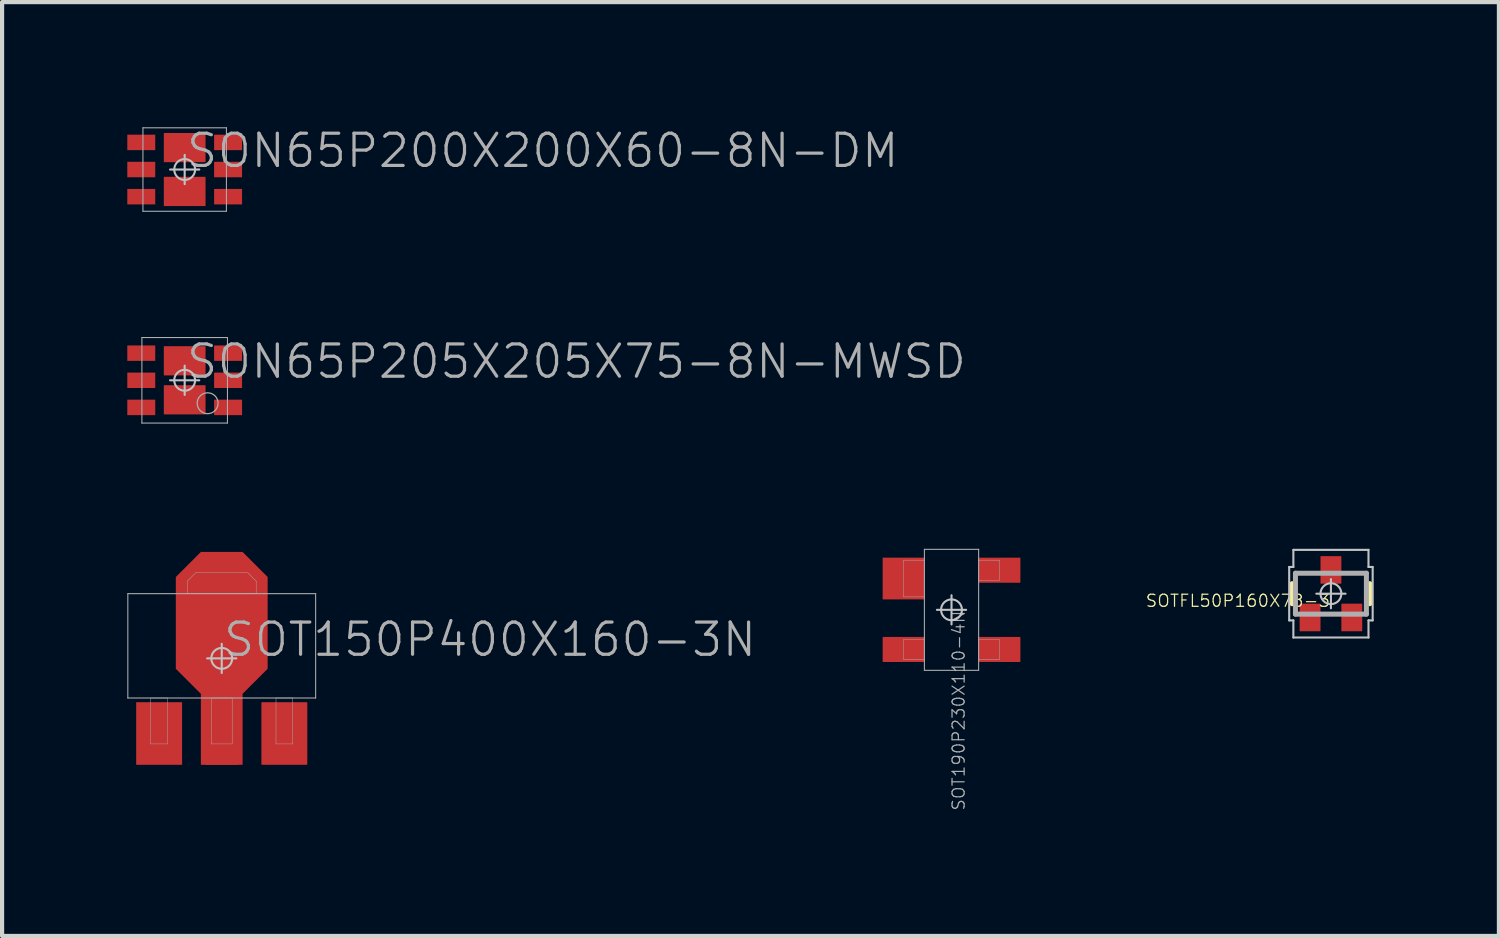
<source format=kicad_pcb>
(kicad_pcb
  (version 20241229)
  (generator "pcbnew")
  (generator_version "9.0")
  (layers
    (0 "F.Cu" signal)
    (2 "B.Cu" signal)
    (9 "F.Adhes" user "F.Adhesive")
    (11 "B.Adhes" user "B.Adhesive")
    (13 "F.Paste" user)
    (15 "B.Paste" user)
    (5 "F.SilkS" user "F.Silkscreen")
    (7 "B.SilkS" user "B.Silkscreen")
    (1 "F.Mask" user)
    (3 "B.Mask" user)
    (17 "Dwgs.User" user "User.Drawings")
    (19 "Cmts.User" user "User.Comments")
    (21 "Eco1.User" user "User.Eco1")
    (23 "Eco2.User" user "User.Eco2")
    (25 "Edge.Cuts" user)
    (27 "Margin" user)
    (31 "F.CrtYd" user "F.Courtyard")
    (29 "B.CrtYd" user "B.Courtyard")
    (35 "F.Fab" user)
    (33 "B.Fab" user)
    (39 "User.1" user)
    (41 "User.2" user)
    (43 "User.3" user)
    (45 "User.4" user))
  (footprint "SOT150P400X160-3N"
    (layer "F.Cu")
    (at 2.263 12.725)
    (property "Reference" "SOT150P400X160-3N" (at 0 0 0) (layer "F.Fab") (effects (font (size 0.772 0.772) (thickness 0.077)) (justify left bottom)))
    (attr through_hole)
    (fp_poly (pts (xy -0.5 2.55) (xy 0.5 2.55) (xy 0.5 0.85) (xy 1.1 0.25) (xy 1.1 -1.95) (xy 0.5 -2.55) (xy -0.5 -2.55) (xy -1.1 -1.95) (xy -1.1 0.25) (xy -0.5 0.85)) (stroke (width 0) (type solid)) (fill yes) (layer "F.Cu"))
    (fp_poly (pts (xy -0.875 2.625) (xy -0.875 0.975) (xy -2.125 0.975) (xy -2.125 2.625)) (stroke (width 0) (type solid)) (fill yes) (layer "F.Mask"))
    (fp_poly (pts (xy 2.125 2.625) (xy 2.125 0.975) (xy 0.875 0.975) (xy 0.875 2.625)) (stroke (width 0) (type solid)) (fill yes) (layer "F.Mask"))
    (fp_poly (pts (xy 1.175 0.281) (xy 0.575 0.881) (xy 0.575 2.625) (xy -0.575 2.625) (xy -0.575 0.881) (xy -1.175 0.281) (xy -1.175 -1.981) (xy -0.531 -2.625) (xy 0.531 -2.625) (xy 1.175 -1.981)) (stroke (width 0) (type solid)) (fill yes) (layer "F.Mask"))
    (fp_poly (pts (xy -0.95 2.55) (xy -0.95 1.05) (xy -2.05 1.05) (xy -2.05 2.55)) (stroke (width 0) (type solid)) (fill yes) (layer "F.Paste"))
    (fp_poly (pts (xy 2.05 2.55) (xy 2.05 1.05) (xy 0.95 1.05) (xy 0.95 2.55)) (stroke (width 0) (type solid)) (fill yes) (layer "F.Paste"))
    (fp_poly (pts (xy 1.1 0.25) (xy 0.5 0.85) (xy 0.5 2.55) (xy -0.5 2.55) (xy -0.5 0.85) (xy -1.1 0.25) (xy -1.1 -1.95) (xy -0.5 -2.55) (xy 0.5 -2.55) (xy 1.1 -1.95)) (stroke (width 0) (type solid)) (fill yes) (layer "F.Paste"))
    (fp_line (start -0.35 0) (end 0.35 0) (stroke (width 0.05) (type solid)) (layer "Dwgs.User"))
    (fp_line (start 0 0.35) (end 0 -0.35) (stroke (width 0.05) (type solid)) (layer "Dwgs.User"))
    (fp_circle (center 0 0) (end 0.25 0) (stroke (width 0.05) (type solid)) (fill no) (layer "Dwgs.User"))
    (fp_line (start -2.25 -1.55) (end -2.25 0.95) (stroke (width 0.025) (type solid)) (layer "F.Fab"))
    (fp_line (start -2.25 0.95) (end 2.25 0.95) (stroke (width 0.025) (type solid)) (layer "F.Fab"))
    (fp_line (start -1.7 0.95) (end -1.7 2.05) (stroke (width 0.01) (type solid)) (layer "F.Fab"))
    (fp_line (start -1.7 2.05) (end -1.3 2.05) (stroke (width 0.01) (type solid)) (layer "F.Fab"))
    (fp_line (start -1.3 0.95) (end -1.7 0.95) (stroke (width 0.01) (type solid)) (layer "F.Fab"))
    (fp_line (start -1.3 2.05) (end -1.3 0.95) (stroke (width 0.01) (type solid)) (layer "F.Fab"))
    (fp_line (start -0.825 -1.85) (end -0.625 -2.05) (stroke (width 0.01) (type solid)) (layer "F.Fab"))
    (fp_line (start -0.825 -1.55) (end -0.825 -1.85) (stroke (width 0.01) (type solid)) (layer "F.Fab"))
    (fp_line (start -0.625 -2.05) (end 0.625 -2.05) (stroke (width 0.01) (type solid)) (layer "F.Fab"))
    (fp_line (start -0.25 0.95) (end -0.25 2.05) (stroke (width 0.01) (type solid)) (layer "F.Fab"))
    (fp_line (start -0.25 2.05) (end 0.25 2.05) (stroke (width 0.01) (type solid)) (layer "F.Fab"))
    (fp_line (start 0.25 0.95) (end -0.25 0.95) (stroke (width 0.01) (type solid)) (layer "F.Fab"))
    (fp_line (start 0.25 2.05) (end 0.25 0.95) (stroke (width 0.01) (type solid)) (layer "F.Fab"))
    (fp_line (start 0.625 -2.05) (end 0.825 -1.85) (stroke (width 0.01) (type solid)) (layer "F.Fab"))
    (fp_line (start 0.825 -1.85) (end 0.825 -1.55) (stroke (width 0.01) (type solid)) (layer "F.Fab"))
    (fp_line (start 0.825 -1.55) (end -0.825 -1.55) (stroke (width 0.01) (type solid)) (layer "F.Fab"))
    (fp_line (start 1.3 0.95) (end 1.3 2.05) (stroke (width 0.01) (type solid)) (layer "F.Fab"))
    (fp_line (start 1.3 2.05) (end 1.7 2.05) (stroke (width 0.01) (type solid)) (layer "F.Fab"))
    (fp_line (start 1.7 0.95) (end 1.3 0.95) (stroke (width 0.01) (type solid)) (layer "F.Fab"))
    (fp_line (start 1.7 2.05) (end 1.7 0.95) (stroke (width 0.01) (type solid)) (layer "F.Fab"))
    (fp_line (start 2.25 -1.55) (end -2.25 -1.55) (stroke (width 0.025) (type solid)) (layer "F.Fab"))
    (fp_line (start 2.25 0.95) (end 2.25 -1.55) (stroke (width 0.025) (type solid)) (layer "F.Fab"))
    (pad "1" smd rect (at -1.5 1.8) (size 1.1 1.5) (layers "F.Cu" "F.Mask"))
    (pad "2" smd roundrect (at 0 1.8) (size 0.8 1.5) (layers "F.Cu" "F.Mask") (roundrect_rratio 0.015))
    (pad "3" smd roundrect (at 1.5 1.8) (size 1.1 1.5) (layers "F.Cu" "F.Mask") (roundrect_rratio 0.015)))
  (footprint "SOT190P230X110-4N"
    (layer "F.Cu")
    (at 19.749 11.562)
    (property "Reference" "SOT190P230X110-4N" (at 0 0 270) (layer "F.Fab") (effects (font (size 0.29 0.29) (thickness 0.029)) (justify right top)))
    (attr through_hole)
    (fp_line (start -0.35 0) (end 0.35 0) (stroke (width 0.05) (type solid)) (layer "Dwgs.User"))
    (fp_line (start 0 0.35) (end 0 -0.35) (stroke (width 0.05) (type solid)) (layer "Dwgs.User"))
    (fp_circle (center 0 0) (end 0.25 0) (stroke (width 0.05) (type solid)) (fill no) (layer "Dwgs.User"))
    (fp_line (start -1.15 -1.19) (end -1.15 -0.31) (stroke (width 0.01) (type solid)) (layer "F.Fab"))
    (fp_line (start -1.15 -0.31) (end -0.65 -0.31) (stroke (width 0.01) (type solid)) (layer "F.Fab"))
    (fp_line (start -1.15 0.71) (end -1.15 1.19) (stroke (width 0.01) (type solid)) (layer "F.Fab"))
    (fp_line (start -1.15 1.19) (end -0.65 1.19) (stroke (width 0.01) (type solid)) (layer "F.Fab"))
    (fp_line (start -0.65 -1.45) (end -0.65 1.45) (stroke (width 0.025) (type solid)) (layer "F.Fab"))
    (fp_line (start -0.65 -1.19) (end -1.15 -1.19) (stroke (width 0.01) (type solid)) (layer "F.Fab"))
    (fp_line (start -0.65 -0.31) (end -0.65 -1.19) (stroke (width 0.01) (type solid)) (layer "F.Fab"))
    (fp_line (start -0.65 0.71) (end -1.15 0.71) (stroke (width 0.01) (type solid)) (layer "F.Fab"))
    (fp_line (start -0.65 1.19) (end -0.65 0.71) (stroke (width 0.01) (type solid)) (layer "F.Fab"))
    (fp_line (start -0.65 1.45) (end 0.65 1.45) (stroke (width 0.025) (type solid)) (layer "F.Fab"))
    (fp_line (start 0.65 -1.45) (end -0.65 -1.45) (stroke (width 0.025) (type solid)) (layer "F.Fab"))
    (fp_line (start 0.65 -1.19) (end 0.65 -0.71) (stroke (width 0.01) (type solid)) (layer "F.Fab"))
    (fp_line (start 0.65 -0.71) (end 1.15 -0.71) (stroke (width 0.01) (type solid)) (layer "F.Fab"))
    (fp_line (start 0.65 0.71) (end 0.65 1.19) (stroke (width 0.01) (type solid)) (layer "F.Fab"))
    (fp_line (start 0.65 1.19) (end 1.15 1.19) (stroke (width 0.01) (type solid)) (layer "F.Fab"))
    (fp_line (start 0.65 1.45) (end 0.65 -1.45) (stroke (width 0.025) (type solid)) (layer "F.Fab"))
    (fp_line (start 1.15 -1.19) (end 0.65 -1.19) (stroke (width 0.01) (type solid)) (layer "F.Fab"))
    (fp_line (start 1.15 -0.71) (end 1.15 -1.19) (stroke (width 0.01) (type solid)) (layer "F.Fab"))
    (fp_line (start 1.15 0.71) (end 0.65 0.71) (stroke (width 0.01) (type solid)) (layer "F.Fab"))
    (fp_line (start 1.15 1.19) (end 1.15 0.71) (stroke (width 0.01) (type solid)) (layer "F.Fab"))
    (pad "1" smd rect (at -1.15 -0.75) (size 1 1) (layers "F.Cu" "F.Mask" "F.Paste"))
    (pad "2" smd roundrect (at -1.15 0.95) (size 1 0.6) (layers "F.Cu" "F.Mask" "F.Paste") (roundrect_rratio 0.015))
    (pad "3" smd roundrect (at 1.15 0.95) (size 1 0.6) (layers "F.Cu" "F.Mask" "F.Paste") (roundrect_rratio 0.015))
    (pad "4" smd roundrect (at 1.15 -0.95) (size 1 0.6) (layers "F.Cu" "F.Mask" "F.Paste") (roundrect_rratio 0.015)))
  (footprint "SOTFL50P160X78-3"
    (layer "F.Cu")
    (at 28.84 11.175)
    (property "Reference" "SOTFL50P160X78-3" (at 0 0 180) (layer "F.SilkS") (effects (font (size 0.29 0.29) (thickness 0.029)) (justify right top)))
    (attr through_hole)
    (fp_poly (pts (xy -0.75 0.24) (xy -0.25 0.24) (xy -0.25 0.9) (xy -0.75 0.9)) (stroke (width 0) (type solid)) (fill yes) (layer "F.Mask"))
    (fp_poly (pts (xy 0.25 -0.24) (xy -0.25 -0.24) (xy -0.25 -0.9) (xy 0.25 -0.9)) (stroke (width 0) (type solid)) (fill yes) (layer "F.Mask"))
    (fp_poly (pts (xy 0.25 0.24) (xy 0.75 0.24) (xy 0.75 0.9) (xy 0.25 0.9)) (stroke (width 0) (type solid)) (fill yes) (layer "F.Mask"))
    (fp_line (start -0.93 0.24) (end -0.93 -0.24) (stroke (width 0.12) (type solid)) (layer "F.SilkS"))
    (fp_line (start 0.93 0.24) (end 0.93 -0.24) (stroke (width 0.12) (type solid)) (layer "F.SilkS"))
    (fp_poly (pts (xy -0.75 0.57) (xy -0.75 0.25) (xy -0.75 0.248) (xy -0.75 0.247) (xy -0.749 0.245) (xy -0.748 0.244) (xy -0.747 0.243) (xy -0.746 0.242) (xy -0.745 0.241) (xy -0.743 0.24) (xy -0.742 0.24) (xy -0.26 0.24) (xy -0.258 0.24) (xy -0.257 0.24) (xy -0.256 0.241) (xy -0.254 0.242) (xy -0.253 0.243) (xy -0.252 0.244) (xy -0.251 0.245) (xy -0.251 0.247) (xy -0.25 0.248) (xy -0.25 0.25) (xy -0.25 0.89) (xy -0.25 0.892) (xy -0.251 0.893) (xy -0.251 0.894) (xy -0.252 0.896) (xy -0.253 0.897) (xy -0.254 0.898) (xy -0.256 0.899) (xy -0.257 0.899) (xy -0.258 0.9) (xy -0.74 0.9) (xy -0.742 0.9) (xy -0.743 0.899) (xy -0.745 0.899) (xy -0.746 0.898) (xy -0.747 0.897) (xy -0.748 0.896) (xy -0.749 0.894) (xy -0.75 0.893) (xy -0.75 0.892) (xy -0.75 0.89)) (stroke (width 0) (type solid)) (fill yes) (layer "F.Paste"))
    (fp_poly (pts (xy 0.25 -0.57) (xy 0.25 -0.25) (xy 0.25 -0.248) (xy 0.249 -0.247) (xy 0.249 -0.245) (xy 0.248 -0.244) (xy 0.247 -0.243) (xy 0.246 -0.242) (xy 0.244 -0.241) (xy 0.243 -0.24) (xy 0.242 -0.24) (xy -0.24 -0.24) (xy -0.242 -0.24) (xy -0.243 -0.24) (xy -0.244 -0.241) (xy -0.246 -0.242) (xy -0.247 -0.243) (xy -0.248 -0.244) (xy -0.249 -0.245) (xy -0.249 -0.247) (xy -0.25 -0.248) (xy -0.25 -0.25) (xy -0.25 -0.89) (xy -0.25 -0.892) (xy -0.249 -0.893) (xy -0.249 -0.894) (xy -0.248 -0.896) (xy -0.247 -0.897) (xy -0.246 -0.898) (xy -0.244 -0.899) (xy -0.243 -0.899) (xy -0.242 -0.9) (xy 0.24 -0.9) (xy 0.242 -0.9) (xy 0.243 -0.899) (xy 0.244 -0.899) (xy 0.246 -0.898) (xy 0.247 -0.897) (xy 0.248 -0.896) (xy 0.249 -0.894) (xy 0.249 -0.893) (xy 0.25 -0.892) (xy 0.25 -0.89)) (stroke (width 0) (type solid)) (fill yes) (layer "F.Paste"))
    (fp_poly (pts (xy 0.25 0.57) (xy 0.25 0.25) (xy 0.25 0.248) (xy 0.251 0.247) (xy 0.251 0.245) (xy 0.252 0.244) (xy 0.253 0.243) (xy 0.254 0.242) (xy 0.256 0.241) (xy 0.257 0.24) (xy 0.258 0.24) (xy 0.74 0.24) (xy 0.742 0.24) (xy 0.743 0.24) (xy 0.745 0.241) (xy 0.746 0.242) (xy 0.747 0.243) (xy 0.748 0.244) (xy 0.749 0.245) (xy 0.75 0.247) (xy 0.75 0.248) (xy 0.75 0.25) (xy 0.75 0.89) (xy 0.75 0.892) (xy 0.75 0.893) (xy 0.749 0.894) (xy 0.748 0.896) (xy 0.747 0.897) (xy 0.746 0.898) (xy 0.745 0.899) (xy 0.743 0.899) (xy 0.742 0.9) (xy 0.26 0.9) (xy 0.258 0.9) (xy 0.257 0.899) (xy 0.256 0.899) (xy 0.254 0.898) (xy 0.253 0.897) (xy 0.252 0.896) (xy 0.251 0.894) (xy 0.251 0.893) (xy 0.25 0.892) (xy 0.25 0.89)) (stroke (width 0) (type solid)) (fill yes) (layer "F.Paste"))
    (fp_line (start -1 -0.64) (end -1 0.64) (stroke (width 0.05) (type solid)) (layer "Dwgs.User"))
    (fp_line (start -1 0.64) (end -0.9 0.64) (stroke (width 0.05) (type solid)) (layer "Dwgs.User"))
    (fp_line (start -0.9 -1.05) (end -0.9 -0.64) (stroke (width 0.05) (type solid)) (layer "Dwgs.User"))
    (fp_line (start -0.9 -0.64) (end -1 -0.64) (stroke (width 0.05) (type solid)) (layer "Dwgs.User"))
    (fp_line (start -0.9 0.64) (end -0.9 1.05) (stroke (width 0.05) (type solid)) (layer "Dwgs.User"))
    (fp_line (start -0.9 1.05) (end 0.9 1.05) (stroke (width 0.05) (type solid)) (layer "Dwgs.User"))
    (fp_line (start -0.35 0) (end 0.35 0) (stroke (width 0.05) (type solid)) (layer "Dwgs.User"))
    (fp_line (start 0 -0.35) (end 0 0.35) (stroke (width 0.05) (type solid)) (layer "Dwgs.User"))
    (fp_line (start 0.9 -1.05) (end -0.9 -1.05) (stroke (width 0.05) (type solid)) (layer "Dwgs.User"))
    (fp_line (start 0.9 -0.64) (end 0.9 -1.05) (stroke (width 0.05) (type solid)) (layer "Dwgs.User"))
    (fp_line (start 0.9 0.64) (end 1 0.64) (stroke (width 0.05) (type solid)) (layer "Dwgs.User"))
    (fp_line (start 0.9 1.05) (end 0.9 0.64) (stroke (width 0.05) (type solid)) (layer "Dwgs.User"))
    (fp_line (start 1 -0.64) (end 0.9 -0.64) (stroke (width 0.05) (type solid)) (layer "Dwgs.User"))
    (fp_line (start 1 0.64) (end 1 -0.64) (stroke (width 0.05) (type solid)) (layer "Dwgs.User"))
    (fp_circle (center 0 0) (end 0.25 0) (stroke (width 0.05) (type solid)) (fill no) (layer "Dwgs.User"))
    (fp_line (start -0.85 -0.49) (end 0.85 -0.49) (stroke (width 0.12) (type solid)) (layer "F.Fab"))
    (fp_line (start -0.85 0.49) (end -0.85 -0.49) (stroke (width 0.12) (type solid)) (layer "F.Fab"))
    (fp_line (start 0.85 -0.49) (end 0.85 0.49) (stroke (width 0.12) (type solid)) (layer "F.Fab"))
    (fp_line (start 0.85 0.49) (end -0.85 0.49) (stroke (width 0.12) (type solid)) (layer "F.Fab"))
    (pad "D" smd roundrect (at 0 -0.57 90) (size 0.66 0.5) (layers "F.Cu" "F.Mask") (roundrect_rratio 0.02))
    (pad "G" smd roundrect (at -0.5 0.57 270) (size 0.66 0.5) (layers "F.Cu" "F.Mask") (roundrect_rratio 0.02))
    (pad "S" smd roundrect (at 0.5 0.57 270) (size 0.66 0.5) (layers "F.Cu" "F.Mask") (roundrect_rratio 0.02)))
  (footprint "SON65P205X205X75-8N-MWSD"
    (layer "F.Cu")
    (at 1.375 6.062)
    (property "Reference" "SON65P205X205X75-8N-MWSD" (at 0 0 0) (layer "F.Fab") (effects (font (size 0.772 0.772) (thickness 0.077)) (justify left bottom)))
    (attr through_hole)
    (fp_line (start -0.35 0) (end 0.35 0) (stroke (width 0.05) (type solid)) (layer "Dwgs.User"))
    (fp_line (start 0 0.35) (end 0 -0.35) (stroke (width 0.05) (type solid)) (layer "Dwgs.User"))
    (fp_circle (center 0 0) (end 0.25 0) (stroke (width 0.05) (type solid)) (fill no) (layer "Dwgs.User"))
    (fp_line (start -1.025 -1.025) (end -1.025 1.025) (stroke (width 0.025) (type solid)) (layer "F.Fab"))
    (fp_line (start -1.025 1.025) (end 1.025 1.025) (stroke (width 0.025) (type solid)) (layer "F.Fab"))
    (fp_line (start 1.025 -1.025) (end -1.025 -1.025) (stroke (width 0.025) (type solid)) (layer "F.Fab"))
    (fp_line (start 1.025 1.025) (end 1.025 -1.025) (stroke (width 0.025) (type solid)) (layer "F.Fab"))
    (fp_circle (center 0.55 0.55) (end 0.8 0.55) (stroke (width 0.03) (type solid)) (fill no) (layer "F.Fab"))
    (pad "A" smd roundrect (at 1.04 0.65) (size 0.67 0.37) (layers "F.Cu" "F.Mask" "F.Paste") (roundrect_rratio 0.015))
    (pad "D" smd roundrect (at 1.04 -0.65) (size 0.67 0.37) (layers "F.Cu" "F.Mask" "F.Paste") (roundrect_rratio 0.015))
    (pad "D2" smd roundrect (at 0 -0.467) (size 1 0.7) (layers "F.Cu" "F.Mask" "F.Paste") (roundrect_rratio 0.015))
    (pad "G" smd roundrect (at -1.04 0) (size 0.67 0.37) (layers "F.Cu" "F.Mask" "F.Paste") (roundrect_rratio 0.015))
    (pad "K" smd roundrect (at -1.04 0.65) (size 0.67 0.37) (layers "F.Cu" "F.Mask" "F.Paste") (roundrect_rratio 0.015))
    (pad "K2" smd roundrect (at 0 0.467) (size 1 0.7) (layers "F.Cu" "F.Mask" "F.Paste") (roundrect_rratio 0.015))
    (pad "NC" smd roundrect (at 1.04 0) (size 0.67 0.37) (layers "F.Cu" "F.Mask" "F.Paste") (roundrect_rratio 0.015))
    (pad "S" smd roundrect (at -1.04 -0.65) (size 0.67 0.37) (layers "F.Cu" "F.Mask" "F.Paste") (roundrect_rratio 0.015)))
  (footprint "SON65P200X200X60-8N-DM"
    (layer "F.Cu")
    (at 1.375 1.012)
    (property "Reference" "SON65P200X200X60-8N-DM" (at 0 0 0) (layer "F.Fab") (effects (font (size 0.772 0.772) (thickness 0.077)) (justify left bottom)))
    (attr through_hole)
    (fp_line (start 0 0.35) (end 0 -0.35) (stroke (width 0.05) (type solid)) (layer "Dwgs.User"))
    (fp_line (start 0.35 0) (end -0.35 0) (stroke (width 0.05) (type solid)) (layer "Dwgs.User"))
    (fp_circle (center 0 0) (end 0.25 0) (stroke (width 0.05) (type solid)) (fill no) (layer "Dwgs.User"))
    (fp_line (start -1 -1) (end -1 1) (stroke (width 0.025) (type solid)) (layer "F.Fab"))
    (fp_line (start -1 1) (end 1 1) (stroke (width 0.025) (type solid)) (layer "F.Fab"))
    (fp_line (start 1 -1) (end -1 -1) (stroke (width 0.025) (type solid)) (layer "F.Fab"))
    (fp_line (start 1 1) (end 1 -1) (stroke (width 0.025) (type solid)) (layer "F.Fab"))
    (pad "D1" smd roundrect (at 1.04 -0.65) (size 0.67 0.37) (layers "F.Cu" "F.Mask" "F.Paste") (roundrect_rratio 0.015))
    (pad "D1'" smd roundrect (at 0 -0.525) (size 1 0.7) (layers "F.Cu" "F.Mask" "F.Paste") (roundrect_rratio 0.015))
    (pad "D2" smd roundrect (at -1.04 0.65) (size 0.67 0.37) (layers "F.Cu" "F.Mask" "F.Paste") (roundrect_rratio 0.015))
    (pad "D2'" smd roundrect (at 0 0.525) (size 1 0.7) (layers "F.Cu" "F.Mask" "F.Paste") (roundrect_rratio 0.015))
    (pad "G1" smd roundrect (at -1.04 0) (size 0.67 0.37) (layers "F.Cu" "F.Mask" "F.Paste") (roundrect_rratio 0.015))
    (pad "G2" smd roundrect (at 1.04 0) (size 0.67 0.37) (layers "F.Cu" "F.Mask" "F.Paste") (roundrect_rratio 0.015))
    (pad "S1" smd roundrect (at -1.04 -0.65) (size 0.67 0.37) (layers "F.Cu" "F.Mask" "F.Paste") (roundrect_rratio 0.015))
    (pad "S2" smd roundrect (at 1.04 0.65) (size 0.67 0.37) (layers "F.Cu" "F.Mask" "F.Paste") (roundrect_rratio 0.015)))
  (gr_rect
    (start -3 -3)
    (end 32.865 19.376)
    (stroke (width 0.1) (type default))
    (fill no)
    (layer "Edge.Cuts")))
</source>
